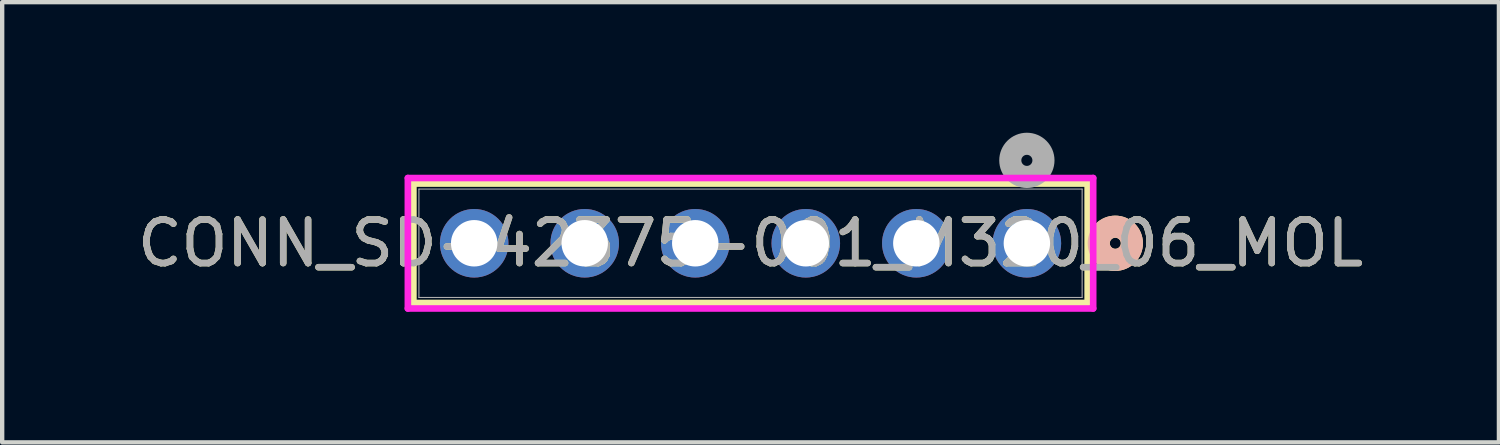
<source format=kicad_pcb>
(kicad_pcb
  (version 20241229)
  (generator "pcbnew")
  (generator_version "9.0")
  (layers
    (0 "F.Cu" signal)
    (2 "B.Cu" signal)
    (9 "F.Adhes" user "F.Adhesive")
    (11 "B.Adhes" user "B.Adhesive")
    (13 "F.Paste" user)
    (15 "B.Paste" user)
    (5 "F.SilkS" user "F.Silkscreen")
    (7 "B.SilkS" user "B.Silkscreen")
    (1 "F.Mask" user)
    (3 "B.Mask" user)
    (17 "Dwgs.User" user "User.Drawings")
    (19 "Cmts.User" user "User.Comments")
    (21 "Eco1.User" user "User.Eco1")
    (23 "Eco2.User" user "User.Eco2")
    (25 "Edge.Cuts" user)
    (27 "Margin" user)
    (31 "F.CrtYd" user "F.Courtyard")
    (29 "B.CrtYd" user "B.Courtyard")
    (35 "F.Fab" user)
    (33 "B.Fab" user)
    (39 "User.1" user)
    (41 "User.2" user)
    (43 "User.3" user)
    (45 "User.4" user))
  (footprint "CONN_SD-42375-001_M320_06_MOL"
    (layer "F.Cu")
    (at 20.546 2.54)
    (property "Reference" "CONN_SD-42375-001_M320_06_MOL" (at -6.35 0 0) (unlocked yes) (layer "F.SilkS") (effects (font (size 1 1) (thickness 0.15))))
    (attr through_hole)
    (fp_line (start -14.097 -1.372) (end -14.097 1.372) (stroke (width 0.152) (type solid)) (layer "F.SilkS"))
    (fp_line (start -14.097 1.372) (end 1.397 1.372) (stroke (width 0.152) (type solid)) (layer "F.SilkS"))
    (fp_line (start 1.397 -1.372) (end -14.097 -1.372) (stroke (width 0.152) (type solid)) (layer "F.SilkS"))
    (fp_line (start 1.397 1.372) (end 1.397 -1.372) (stroke (width 0.152) (type solid)) (layer "F.SilkS"))
    (fp_circle (center 2.032 0) (end 2.413 0) (stroke (width 0.508) (type solid)) (fill no) (layer "F.SilkS"))
    (fp_circle (center 2.032 0) (end 2.413 0) (stroke (width 0.508) (type solid)) (fill no) (layer "B.SilkS"))
    (fp_line (start -14.224 -1.499) (end -14.224 1.499) (stroke (width 0.152) (type solid)) (layer "F.CrtYd"))
    (fp_line (start -14.224 1.499) (end 1.524 1.499) (stroke (width 0.152) (type solid)) (layer "F.CrtYd"))
    (fp_line (start 1.524 -1.499) (end -14.224 -1.499) (stroke (width 0.152) (type solid)) (layer "F.CrtYd"))
    (fp_line (start 1.524 1.499) (end 1.524 -1.499) (stroke (width 0.152) (type solid)) (layer "F.CrtYd"))
    (fp_line (start -13.97 -1.245) (end -13.97 1.245) (stroke (width 0.025) (type solid)) (layer "F.Fab"))
    (fp_line (start -13.97 1.245) (end 1.27 1.245) (stroke (width 0.025) (type solid)) (layer "F.Fab"))
    (fp_line (start 1.27 -1.245) (end -13.97 -1.245) (stroke (width 0.025) (type solid)) (layer "F.Fab"))
    (fp_line (start 1.27 1.245) (end 1.27 -1.245) (stroke (width 0.025) (type solid)) (layer "F.Fab"))
    (fp_circle (center 0 -1.905) (end 0.381 -1.905) (stroke (width 0.508) (type solid)) (fill no) (layer "F.Fab"))
    (fp_text user "${REFERENCE}" (at -6.35 0 0) (unlocked yes) (layer "F.Fab") (effects (font (size 1 1) (thickness 0.15))))
    (pad "1" thru_hole circle (at 0 0) (size 1.575 1.575) (drill 1.067) (layers "*.Cu" "*.Mask"))
    (pad "2" thru_hole circle (at -2.54 0) (size 1.575 1.575) (drill 1.067) (layers "*.Cu" "*.Mask"))
    (pad "3" thru_hole circle (at -5.08 0) (size 1.575 1.575) (drill 1.067) (layers "*.Cu" "*.Mask"))
    (pad "4" thru_hole circle (at -7.62 0) (size 1.575 1.575) (drill 1.067) (layers "*.Cu" "*.Mask"))
    (pad "5" thru_hole circle (at -10.16 0) (size 1.575 1.575) (drill 1.067) (layers "*.Cu" "*.Mask"))
    (pad "6" thru_hole circle (at -12.7 0) (size 1.575 1.575) (drill 1.067) (layers "*.Cu" "*.Mask")))
  (gr_rect
    (start -3 -3)
    (end 31.393 7.115)
    (stroke (width 0.1) (type default))
    (fill no)
    (layer "Edge.Cuts")))
</source>
